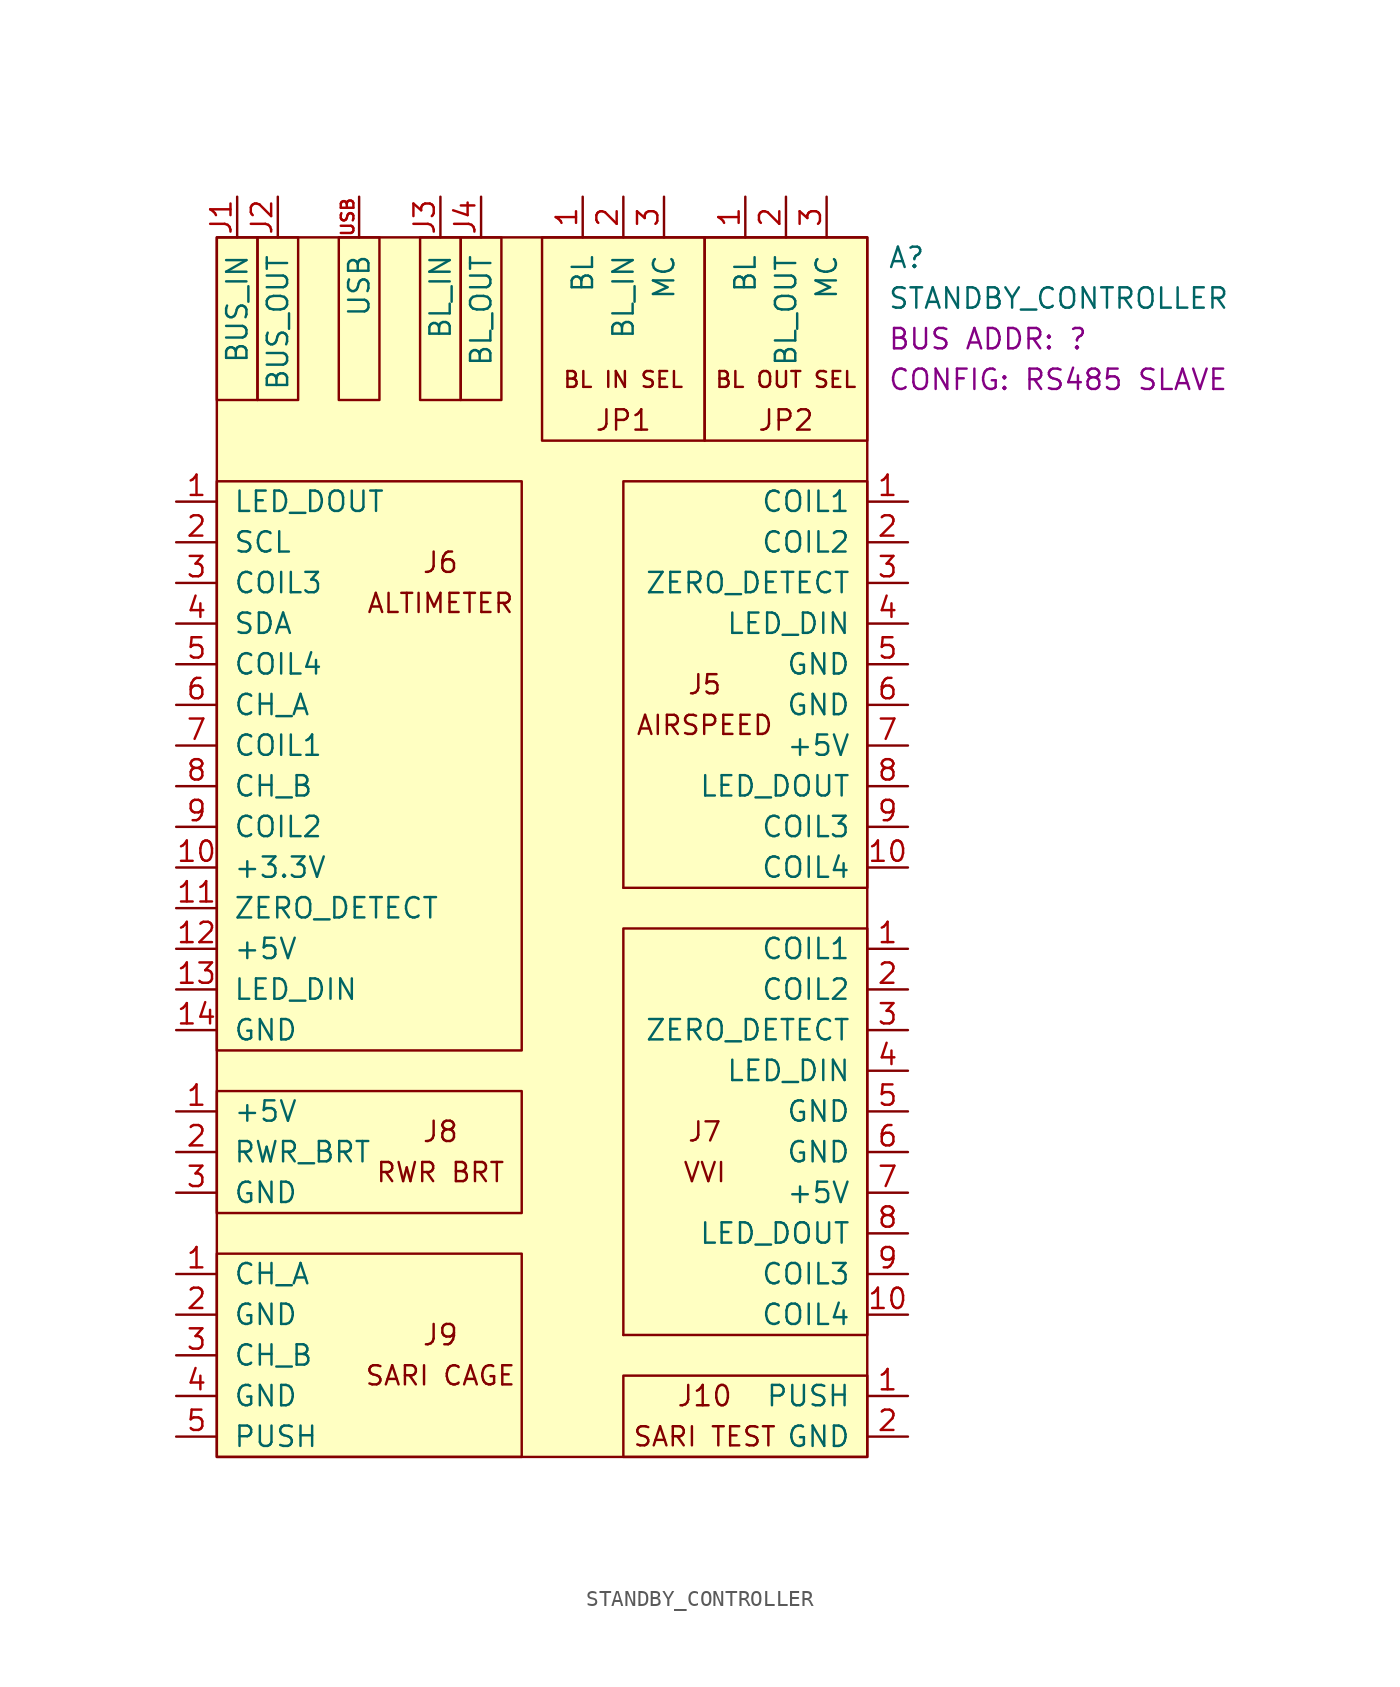
<source format=kicad_sym>
(kicad_symbol_lib
  (version 20220914)
  (generator kicad_symbol_editor)
  (symbol "STANDBY_CONTROLLER"
    (pin_names
      (offset 1.016))
    (property "Reference" "A"
      (at 21.59 36.83 0)
      (effects (font (size 1.27 1.27)) (justify left)))
    (property "Value" "STANDBY_CONTROLLER"
      (at 21.59 34.29 0)
      (effects (font (size 1.27 1.27)) (justify left)))
    (property "RS485 ADDR" "BUS ADDR: ?"
      (at 21.59 31.75 0)
      (effects (font (size 1.27 1.27)) (justify left)))
    (property "CONFIG" "CONFIG: RS485 SLAVE"
      (at 21.59 29.21 0)
      (effects (font (size 1.27 1.27)) (justify left)))
    (symbol "STANDBY_CONTROLLER_0_0"
      (rectangle (start -20.32 22.86) (end -1.27 -12.7) (stroke (width 0) (type default)) (fill (type none)))
      (rectangle (start 5.08 -30.48) (end 5.08 -30.48) (stroke (width 0) (type default)) (fill (type none)))
      (rectangle (start 5.08 -2.54) (end 5.08 -2.54) (stroke (width 0) (type default)) (fill (type none)))
      (rectangle (start 10.16 25.4) (end 0 38.1) (stroke (width 0) (type default)) (fill (type none)))
      (rectangle (start 10.16 38.1) (end 20.32 25.4) (stroke (width 0) (type default)) (fill (type none)))
      (rectangle (start 20.32 -5.08) (end 5.08 -30.48) (stroke (width 0) (type default)) (fill (type none)))
      (rectangle (start 20.32 22.86) (end 5.08 -2.54) (stroke (width 0) (type default)) (fill (type none)))
      (text "AIRSPEED" (at 10.16 7.62 0) (effects (font (size 1.194 1.194))))
      (text "BL IN SEL" (at 5.08 29.21 0) (effects (font (size 0.991 0.991))))
      (text "BL OUT SEL" (at 15.24 29.21 0) (effects (font (size 0.991 0.991))))
      (text "J5" (at 10.16 10.16 0) (effects (font (size 1.194 1.194))))
      (text "J7" (at 10.16 -17.78 0) (effects (font (size 1.194 1.194))))
      (text "JP1" (at 5.08 26.67 0) (effects (font (size 1.27 1.27))))
      (text "JP2" (at 15.24 26.67 0) (effects (font (size 1.27 1.27))))
      (text "VVI" (at 10.16 -20.32 0) (effects (font (size 1.194 1.194))))
      (pin unspecified line (at 2.54 40.64 270) (length 2.54) (name "BL" (effects (font (size 1.27 1.27)))) (number "1" (effects (font (size 1.27 1.27)))))
      (pin unspecified line (at 12.7 40.64 270) (length 2.54) (name "BL" (effects (font (size 1.27 1.27)))) (number "1" (effects (font (size 1.27 1.27)))))
      (pin unspecified line (at 22.86 -6.35 180) (length 2.54) (name "COIL1" (effects (font (size 1.27 1.27)))) (number "1" (effects (font (size 1.27 1.27)))))
      (pin unspecified line (at 22.86 21.59 180) (length 2.54) (name "COIL1" (effects (font (size 1.27 1.27)))) (number "1" (effects (font (size 1.27 1.27)))))
      (pin unspecified line (at 22.86 -29.21 180) (length 2.54) (name "COIL4" (effects (font (size 1.27 1.27)))) (number "10" (effects (font (size 1.27 1.27)))))
      (pin unspecified line (at 22.86 -1.27 180) (length 2.54) (name "COIL4" (effects (font (size 1.27 1.27)))) (number "10" (effects (font (size 1.27 1.27)))))
      (pin unspecified line (at 5.08 40.64 270) (length 2.54) (name "BL_IN" (effects (font (size 1.27 1.27)))) (number "2" (effects (font (size 1.27 1.27)))))
      (pin unspecified line (at 15.24 40.64 270) (length 2.54) (name "BL_OUT" (effects (font (size 1.27 1.27)))) (number "2" (effects (font (size 1.27 1.27)))))
      (pin unspecified line (at 22.86 -8.89 180) (length 2.54) (name "COIL2" (effects (font (size 1.27 1.27)))) (number "2" (effects (font (size 1.27 1.27)))))
      (pin unspecified line (at 22.86 19.05 180) (length 2.54) (name "COIL2" (effects (font (size 1.27 1.27)))) (number "2" (effects (font (size 1.27 1.27)))))
      (pin unspecified line (at 7.62 40.64 270) (length 2.54) (name "MC" (effects (font (size 1.27 1.27)))) (number "3" (effects (font (size 1.27 1.27)))))
      (pin unspecified line (at 17.78 40.64 270) (length 2.54) (name "MC" (effects (font (size 1.27 1.27)))) (number "3" (effects (font (size 1.27 1.27)))))
      (pin unspecified line (at 22.86 -11.43 180) (length 2.54) (name "ZERO_DETECT" (effects (font (size 1.27 1.27)))) (number "3" (effects (font (size 1.27 1.27)))))
      (pin unspecified line (at 22.86 16.51 180) (length 2.54) (name "ZERO_DETECT" (effects (font (size 1.27 1.27)))) (number "3" (effects (font (size 1.27 1.27)))))
      (pin unspecified line (at 22.86 -13.97 180) (length 2.54) (name "LED_DIN" (effects (font (size 1.27 1.27)))) (number "4" (effects (font (size 1.27 1.27)))))
      (pin unspecified line (at 22.86 13.97 180) (length 2.54) (name "LED_DIN" (effects (font (size 1.27 1.27)))) (number "4" (effects (font (size 1.27 1.27)))))
      (pin unspecified line (at 22.86 -16.51 180) (length 2.54) (name "GND" (effects (font (size 1.27 1.27)))) (number "5" (effects (font (size 1.27 1.27)))))
      (pin unspecified line (at 22.86 11.43 180) (length 2.54) (name "GND" (effects (font (size 1.27 1.27)))) (number "5" (effects (font (size 1.27 1.27)))))
      (pin unspecified line (at 22.86 -19.05 180) (length 2.54) (name "GND" (effects (font (size 1.27 1.27)))) (number "6" (effects (font (size 1.27 1.27)))))
      (pin unspecified line (at 22.86 8.89 180) (length 2.54) (name "GND" (effects (font (size 1.27 1.27)))) (number "6" (effects (font (size 1.27 1.27)))))
      (pin unspecified line (at 22.86 -21.59 180) (length 2.54) (name "+5V" (effects (font (size 1.27 1.27)))) (number "7" (effects (font (size 1.27 1.27)))))
      (pin unspecified line (at 22.86 6.35 180) (length 2.54) (name "+5V" (effects (font (size 1.27 1.27)))) (number "7" (effects (font (size 1.27 1.27)))))
      (pin unspecified line (at 22.86 -24.13 180) (length 2.54) (name "LED_DOUT" (effects (font (size 1.27 1.27)))) (number "8" (effects (font (size 1.27 1.27)))))
      (pin unspecified line (at 22.86 3.81 180) (length 2.54) (name "LED_DOUT" (effects (font (size 1.27 1.27)))) (number "8" (effects (font (size 1.27 1.27)))))
      (pin unspecified line (at 22.86 -26.67 180) (length 2.54) (name "COIL3" (effects (font (size 1.27 1.27)))) (number "9" (effects (font (size 1.27 1.27)))))
      (pin unspecified line (at 22.86 1.27 180) (length 2.54) (name "COIL3" (effects (font (size 1.27 1.27)))) (number "9" (effects (font (size 1.27 1.27)))))
      (pin unspecified line (at -19.05 40.64 270) (length 2.54) (name "BUS_IN" (effects (font (size 1.27 1.27)))) (number "J1" (effects (font (size 1.27 1.27)))))
      (pin unspecified line (at -16.51 40.64 270) (length 2.54) (name "BUS_OUT" (effects (font (size 1.27 1.27)))) (number "J2" (effects (font (size 1.27 1.27)))))
      (pin unspecified line (at -6.35 40.64 270) (length 2.54) (name "BL_IN" (effects (font (size 1.27 1.27)))) (number "J3" (effects (font (size 1.27 1.27)))))
      (pin unspecified line (at -3.81 40.64 270) (length 2.54) (name "BL_OUT" (effects (font (size 1.27 1.27)))) (number "J4" (effects (font (size 1.27 1.27)))))
      (pin unspecified line (at -11.43 40.64 270) (length 2.54) (name "USB" (effects (font (size 1.27 1.27)))) (number "USB" (effects (font (size 0.787 0.787))))))
    (symbol "STANDBY_CONTROLLER_0_1"
      (rectangle (start -20.32 38.1) (end -17.78 27.94) (stroke (width 0) (type default)) (fill (type none)))
      (rectangle (start -17.78 27.94) (end -15.24 38.1) (stroke (width 0) (type default)) (fill (type none)))
      (rectangle (start -12.7 38.1) (end -10.16 27.94) (stroke (width 0) (type default)) (fill (type none)))
      (rectangle (start -7.62 38.1) (end -5.08 27.94) (stroke (width 0) (type default)) (fill (type none)))
      (rectangle (start -5.08 38.1) (end -2.54 27.94) (stroke (width 0) (type default)) (fill (type none))))
    (symbol "STANDBY_CONTROLLER_1_1"
      (rectangle (start -20.32 -25.4) (end -1.27 -38.1) (stroke (width 0) (type default)) (fill (type none)))
      (rectangle (start -20.32 -15.24) (end -1.27 -22.86) (stroke (width 0) (type default)) (fill (type none)))
      (rectangle (start -20.32 38.1) (end 20.32 -38.1) (stroke (width 0) (type default)) (fill (type background)))
      (rectangle (start 20.32 -33.02) (end 5.08 -38.1) (stroke (width 0) (type default)) (fill (type none)))
      (text "ALTIMETER" (at -6.35 15.24 0) (effects (font (size 1.194 1.194))))
      (text "J10" (at 10.16 -34.29 0) (effects (font (size 1.27 1.27))))
      (text "J6" (at -6.35 17.78 0) (effects (font (size 1.27 1.27))))
      (text "J8" (at -6.35 -17.78 0) (effects (font (size 1.27 1.27))))
      (text "J9" (at -6.35 -30.48 0) (effects (font (size 1.27 1.27))))
      (text "RWR BRT" (at -6.35 -20.32 0) (effects (font (size 1.194 1.194))))
      (text "SARI CAGE" (at -6.35 -33.02 0) (effects (font (size 1.194 1.194))))
      (text "SARI TEST" (at 10.16 -36.83 0) (effects (font (size 1.194 1.194))))
      (pin unspecified line (at -22.86 -16.51 0) (length 2.54) (name "+5V" (effects (font (size 1.27 1.27)))) (number "1" (effects (font (size 1.27 1.27)))))
      (pin unspecified line (at -22.86 -26.67 0) (length 2.54) (name "CH_A" (effects (font (size 1.27 1.27)))) (number "1" (effects (font (size 1.27 1.27)))))
      (pin unspecified line (at -22.86 21.59 0) (length 2.54) (name "LED_DOUT" (effects (font (size 1.27 1.27)))) (number "1" (effects (font (size 1.27 1.27)))))
      (pin unspecified line (at 22.86 -34.29 180) (length 2.54) (name "PUSH" (effects (font (size 1.27 1.27)))) (number "1" (effects (font (size 1.27 1.27)))))
      (pin unspecified line (at -22.86 -1.27 0) (length 2.54) (name "+3.3V" (effects (font (size 1.27 1.27)))) (number "10" (effects (font (size 1.27 1.27)))))
      (pin unspecified line (at -22.86 -3.81 0) (length 2.54) (name "ZERO_DETECT" (effects (font (size 1.27 1.27)))) (number "11" (effects (font (size 1.27 1.27)))))
      (pin unspecified line (at -22.86 -6.35 0) (length 2.54) (name "+5V" (effects (font (size 1.27 1.27)))) (number "12" (effects (font (size 1.27 1.27)))))
      (pin unspecified line (at -22.86 -8.89 0) (length 2.54) (name "LED_DIN" (effects (font (size 1.27 1.27)))) (number "13" (effects (font (size 1.27 1.27)))))
      (pin unspecified line (at -22.86 -11.43 0) (length 2.54) (name "GND" (effects (font (size 1.27 1.27)))) (number "14" (effects (font (size 1.27 1.27)))))
      (pin unspecified line (at -22.86 -29.21 0) (length 2.54) (name "GND" (effects (font (size 1.27 1.27)))) (number "2" (effects (font (size 1.27 1.27)))))
      (pin unspecified line (at 22.86 -36.83 180) (length 2.54) (name "GND" (effects (font (size 1.27 1.27)))) (number "2" (effects (font (size 1.27 1.27)))))
      (pin unspecified line (at -22.86 -19.05 0) (length 2.54) (name "RWR_BRT" (effects (font (size 1.27 1.27)))) (number "2" (effects (font (size 1.27 1.27)))))
      (pin unspecified line (at -22.86 19.05 0) (length 2.54) (name "SCL" (effects (font (size 1.27 1.27)))) (number "2" (effects (font (size 1.27 1.27)))))
      (pin unspecified line (at -22.86 -31.75 0) (length 2.54) (name "CH_B" (effects (font (size 1.27 1.27)))) (number "3" (effects (font (size 1.27 1.27)))))
      (pin unspecified line (at -22.86 16.51 0) (length 2.54) (name "COIL3" (effects (font (size 1.27 1.27)))) (number "3" (effects (font (size 1.27 1.27)))))
      (pin unspecified line (at -22.86 -21.59 0) (length 2.54) (name "GND" (effects (font (size 1.27 1.27)))) (number "3" (effects (font (size 1.27 1.27)))))
      (pin unspecified line (at -22.86 -34.29 0) (length 2.54) (name "GND" (effects (font (size 1.27 1.27)))) (number "4" (effects (font (size 1.27 1.27)))))
      (pin unspecified line (at -22.86 13.97 0) (length 2.54) (name "SDA" (effects (font (size 1.27 1.27)))) (number "4" (effects (font (size 1.27 1.27)))))
      (pin unspecified line (at -22.86 11.43 0) (length 2.54) (name "COIL4" (effects (font (size 1.27 1.27)))) (number "5" (effects (font (size 1.27 1.27)))))
      (pin unspecified line (at -22.86 -36.83 0) (length 2.54) (name "PUSH" (effects (font (size 1.27 1.27)))) (number "5" (effects (font (size 1.27 1.27)))))
      (pin unspecified line (at -22.86 8.89 0) (length 2.54) (name "CH_A" (effects (font (size 1.27 1.27)))) (number "6" (effects (font (size 1.27 1.27)))))
      (pin unspecified line (at -22.86 6.35 0) (length 2.54) (name "COIL1" (effects (font (size 1.27 1.27)))) (number "7" (effects (font (size 1.27 1.27)))))
      (pin unspecified line (at -22.86 3.81 0) (length 2.54) (name "CH_B" (effects (font (size 1.27 1.27)))) (number "8" (effects (font (size 1.27 1.27)))))
      (pin unspecified line (at -22.86 1.27 0) (length 2.54) (name "COIL2" (effects (font (size 1.27 1.27)))) (number "9" (effects (font (size 1.27 1.27))))))))
</source>
